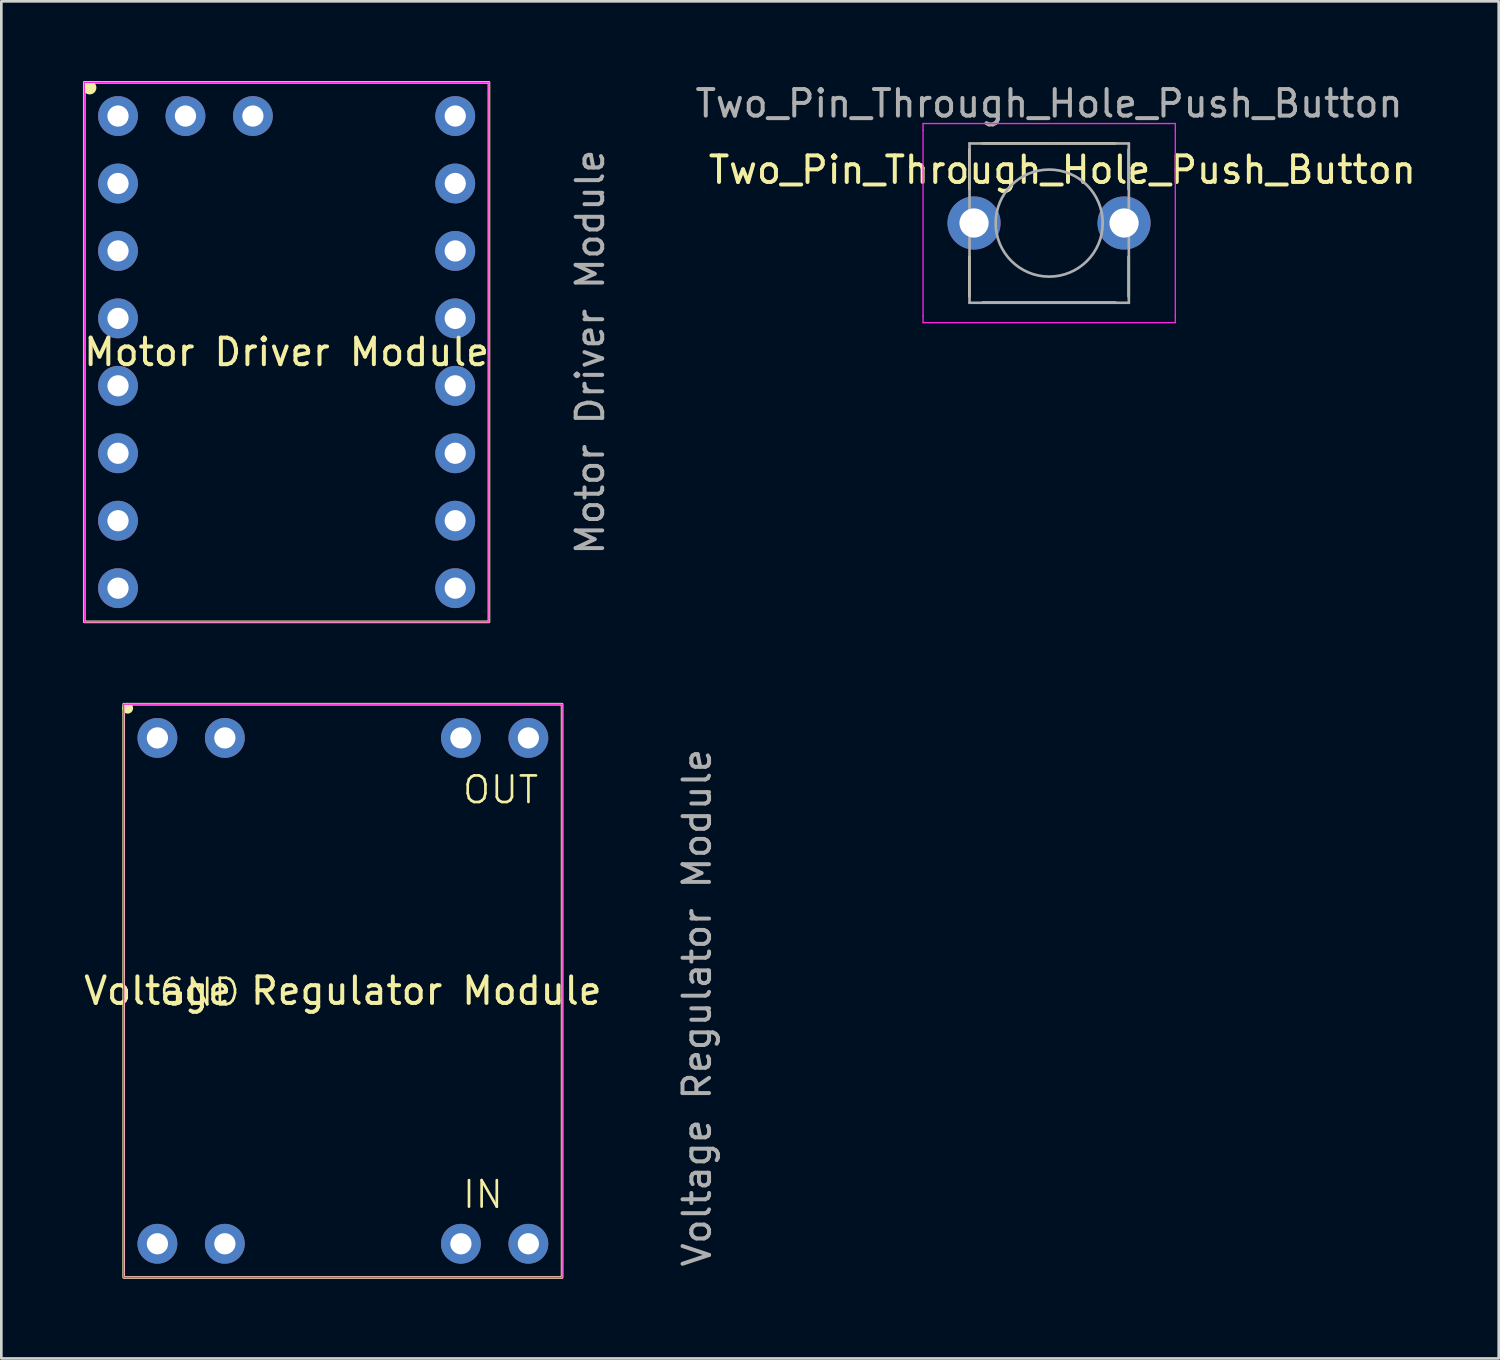
<source format=kicad_pcb>
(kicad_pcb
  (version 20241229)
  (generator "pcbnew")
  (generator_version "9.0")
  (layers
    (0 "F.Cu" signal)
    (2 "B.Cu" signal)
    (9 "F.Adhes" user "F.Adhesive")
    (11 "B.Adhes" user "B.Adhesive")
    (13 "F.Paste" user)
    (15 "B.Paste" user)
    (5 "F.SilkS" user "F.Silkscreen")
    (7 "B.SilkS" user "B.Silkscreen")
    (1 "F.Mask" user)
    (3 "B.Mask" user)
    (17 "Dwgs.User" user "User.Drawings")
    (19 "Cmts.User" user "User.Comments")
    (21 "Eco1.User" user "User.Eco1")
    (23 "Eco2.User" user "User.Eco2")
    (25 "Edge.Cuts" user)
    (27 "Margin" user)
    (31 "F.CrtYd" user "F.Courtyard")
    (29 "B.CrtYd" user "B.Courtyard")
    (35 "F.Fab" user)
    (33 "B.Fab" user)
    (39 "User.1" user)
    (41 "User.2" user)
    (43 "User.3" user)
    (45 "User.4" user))
  (footprint "Motor Driver Module"
    (layer "F.Cu")
    (at 1.394 1.32)
    (property "Reference" "Motor Driver Module" (at 6.35 8.89 0) (unlocked yes) (layer "F.SilkS") (effects (font (size 1 1) (thickness 0.15))))
    (attr through_hole)
    (fp_rect (start -1.27 -1.27) (end 13.97 19.05) (stroke (width 0.1) (type default)) (fill no) (layer "F.SilkS"))
    (fp_circle (center -1.067 -1.067) (end -1.27 -1.067) (stroke (width 0.1) (type solid)) (fill yes) (layer "F.SilkS"))
    (fp_rect (start -1.27 -1.27) (end 13.97 19.05) (stroke (width 0.05) (type default)) (fill no) (layer "F.CrtYd"))
    (fp_text user "${REFERENCE}" (at 17.78 8.89 90) (unlocked yes) (layer "F.Fab") (effects (font (size 1 1) (thickness 0.15))))
    (pad "1" thru_hole circle (at 0 0) (size 1.5 1.5) (drill 0.8) (layers "*.Cu" "*.Mask"))
    (pad "2" thru_hole circle (at 0 2.54) (size 1.5 1.5) (drill 0.8) (layers "*.Cu" "*.Mask"))
    (pad "3" thru_hole circle (at 0 5.08) (size 1.5 1.5) (drill 0.8) (layers "*.Cu" "*.Mask"))
    (pad "4" thru_hole circle (at 0 7.62) (size 1.5 1.5) (drill 0.8) (layers "*.Cu" "*.Mask"))
    (pad "5" thru_hole circle (at 0 10.16) (size 1.5 1.5) (drill 0.8) (layers "*.Cu" "*.Mask"))
    (pad "6" thru_hole circle (at 0 12.7) (size 1.5 1.5) (drill 0.8) (layers "*.Cu" "*.Mask"))
    (pad "7" thru_hole circle (at 0 15.24) (size 1.5 1.5) (drill 0.8) (layers "*.Cu" "*.Mask"))
    (pad "8" thru_hole circle (at 0 17.78) (size 1.5 1.5) (drill 0.8) (layers "*.Cu" "*.Mask"))
    (pad "9" thru_hole circle (at 12.7 0) (size 1.5 1.5) (drill 0.8) (layers "*.Cu" "*.Mask"))
    (pad "10" thru_hole circle (at 12.7 2.54) (size 1.5 1.5) (drill 0.8) (layers "*.Cu" "*.Mask"))
    (pad "11" thru_hole circle (at 12.7 5.08) (size 1.5 1.5) (drill 0.8) (layers "*.Cu" "*.Mask"))
    (pad "12" thru_hole circle (at 12.7 7.62) (size 1.5 1.5) (drill 0.8) (layers "*.Cu" "*.Mask"))
    (pad "13" thru_hole circle (at 12.7 10.16) (size 1.5 1.5) (drill 0.8) (layers "*.Cu" "*.Mask"))
    (pad "14" thru_hole circle (at 12.7 12.7) (size 1.5 1.5) (drill 0.8) (layers "*.Cu" "*.Mask"))
    (pad "15" thru_hole circle (at 12.7 15.24) (size 1.5 1.5) (drill 0.8) (layers "*.Cu" "*.Mask"))
    (pad "16" thru_hole circle (at 12.7 17.78) (size 1.5 1.5) (drill 0.8) (layers "*.Cu" "*.Mask"))
    (pad "17" thru_hole circle (at 2.54 0) (size 1.5 1.5) (drill 0.8) (layers "*.Cu" "*.Mask"))
    (pad "18" thru_hole circle (at 5.08 0) (size 1.5 1.5) (drill 0.8) (layers "*.Cu" "*.Mask")))
  (footprint "Voltage Regulator Module"
    (layer "F.Cu")
    (at 2.878 24.74)
    (property "Reference" "Voltage Regulator Module" (at 6.985 9.525 0) (unlocked yes) (layer "F.SilkS") (effects (font (size 1 1) (thickness 0.15))))
    (attr through_hole)
    (fp_rect (start -1.27 -1.27) (end 15.24 20.32) (stroke (width 0.1) (type default)) (fill no) (layer "F.SilkS"))
    (fp_circle (center -1.118 -1.118) (end -1.27 -1.118) (stroke (width 0.1) (type solid)) (fill yes) (layer "F.SilkS"))
    (fp_rect (start -1.27 -1.27) (end 15.24 20.32) (stroke (width 0.05) (type default)) (fill no) (layer "F.CrtYd"))
    (fp_text user "OUT" (at 11.43 2.54 0) (unlocked yes) (layer "F.SilkS") (effects (font (size 1 1) (thickness 0.1)) (justify left bottom)))
    (fp_text user "GND" (at 0 10.16 0) (unlocked yes) (layer "F.SilkS") (effects (font (size 1 1) (thickness 0.1)) (justify left bottom)))
    (fp_text user "IN" (at 11.43 17.78 0) (unlocked yes) (layer "F.SilkS") (effects (font (size 1 1) (thickness 0.1)) (justify left bottom)))
    (fp_text user "${REFERENCE}" (at 20.32 10.16 90) (unlocked yes) (layer "F.Fab") (effects (font (size 1 1) (thickness 0.15))))
    (pad "1" thru_hole circle (at 0 0) (size 1.5 1.5) (drill 0.8) (layers "*.Cu" "*.Mask"))
    (pad "1" thru_hole circle (at 2.54 0) (size 1.5 1.5) (drill 0.8) (layers "*.Cu" "*.Mask"))
    (pad "2" thru_hole circle (at 0 19.05) (size 1.5 1.5) (drill 0.8) (layers "*.Cu" "*.Mask"))
    (pad "2" thru_hole circle (at 2.54 19.05) (size 1.5 1.5) (drill 0.8) (layers "*.Cu" "*.Mask"))
    (pad "3" thru_hole circle (at 11.43 0) (size 1.5 1.5) (drill 0.8) (layers "*.Cu" "*.Mask"))
    (pad "3" thru_hole circle (at 13.97 0) (size 1.5 1.5) (drill 0.8) (layers "*.Cu" "*.Mask"))
    (pad "4" thru_hole circle (at 11.43 19.05) (size 1.5 1.5) (drill 0.8) (layers "*.Cu" "*.Mask"))
    (pad "4" thru_hole circle (at 13.97 19.05) (size 1.5 1.5) (drill 0.8) (layers "*.Cu" "*.Mask")))
  (footprint "Two_Pin_Through_Hole_Push_Button"
    (layer "F.Cu")
    (at 36.457 5.348)
    (property "Reference" "Two_Pin_Through_Hole_Push_Button" (at 0.5 -2 0) (unlocked yes) (layer "F.SilkS") (effects (font (size 1 1) (thickness 0.15))))
    (attr through_hole)
    (fp_line (start -3 -1.27) (end -3 -2.77) (stroke (width 0.1) (type default)) (layer "F.SilkS"))
    (fp_line (start -3 2.77) (end -3 1.27) (stroke (width 0.1) (type default)) (layer "F.SilkS"))
    (fp_line (start -2.5 -3) (end 2.5 -3) (stroke (width 0.1) (type default)) (layer "F.SilkS"))
    (fp_line (start 2.5 3) (end -2.5 3) (stroke (width 0.1) (type default)) (layer "F.SilkS"))
    (fp_line (start 3 -2.77) (end 3 -1.27) (stroke (width 0.1) (type default)) (layer "F.SilkS"))
    (fp_line (start 3 1.27) (end 3 2.77) (stroke (width 0.1) (type default)) (layer "F.SilkS"))
    (fp_line (start -4.745 -3.746) (end -4.495 -3.746) (stroke (width 0.05) (type solid)) (layer "F.CrtYd"))
    (fp_line (start -4.745 -3.496) (end -4.745 -3.746) (stroke (width 0.05) (type solid)) (layer "F.CrtYd"))
    (fp_line (start -4.745 3.504) (end -4.745 -3.496) (stroke (width 0.05) (type solid)) (layer "F.CrtYd"))
    (fp_line (start -4.745 3.504) (end -4.745 3.754) (stroke (width 0.05) (type solid)) (layer "F.CrtYd"))
    (fp_line (start -4.745 3.754) (end -4.495 3.754) (stroke (width 0.05) (type solid)) (layer "F.CrtYd"))
    (fp_line (start -4.495 -3.746) (end 4.505 -3.746) (stroke (width 0.05) (type solid)) (layer "F.CrtYd"))
    (fp_line (start 4.505 -3.746) (end 4.755 -3.746) (stroke (width 0.05) (type solid)) (layer "F.CrtYd"))
    (fp_line (start 4.505 3.754) (end -4.495 3.754) (stroke (width 0.05) (type solid)) (layer "F.CrtYd"))
    (fp_line (start 4.505 3.754) (end 4.755 3.754) (stroke (width 0.05) (type solid)) (layer "F.CrtYd"))
    (fp_line (start 4.755 -3.746) (end 4.755 -3.496) (stroke (width 0.05) (type solid)) (layer "F.CrtYd"))
    (fp_line (start 4.755 -3.496) (end 4.755 3.504) (stroke (width 0.05) (type solid)) (layer "F.CrtYd"))
    (fp_line (start 4.755 3.754) (end 4.755 3.504) (stroke (width 0.05) (type solid)) (layer "F.CrtYd"))
    (fp_line (start -2.995 -2.996) (end 0.005 -2.996) (stroke (width 0.1) (type solid)) (layer "F.Fab"))
    (fp_line (start -2.995 3.004) (end -2.995 -2.996) (stroke (width 0.1) (type solid)) (layer "F.Fab"))
    (fp_line (start 0.005 -2.996) (end 3.005 -2.996) (stroke (width 0.1) (type solid)) (layer "F.Fab"))
    (fp_line (start 3.005 -2.996) (end 3.005 3.004) (stroke (width 0.1) (type solid)) (layer "F.Fab"))
    (fp_line (start 3.005 3.004) (end -2.995 3.004) (stroke (width 0.1) (type solid)) (layer "F.Fab"))
    (fp_circle (center 0.005 0.004) (end -1.995 0.254) (stroke (width 0.1) (type solid)) (fill no) (layer "F.Fab"))
    (fp_text user "${REFERENCE}" (at 0 -4.5 0) (layer "F.Fab") (effects (font (size 1 1) (thickness 0.15))))
    (pad "1" thru_hole circle (at -2.825 0 90) (size 2 2) (drill 1.1) (layers "*.Cu" "*.Mask"))
    (pad "2" thru_hole circle (at 2.825 0 90) (size 2 2) (drill 1.1) (layers "*.Cu" "*.Mask")))
  (gr_rect
    (start -3 -3)
    (end 53.391 48.11)
    (stroke (width 0.1) (type default))
    (fill no)
    (layer "Edge.Cuts")))
</source>
